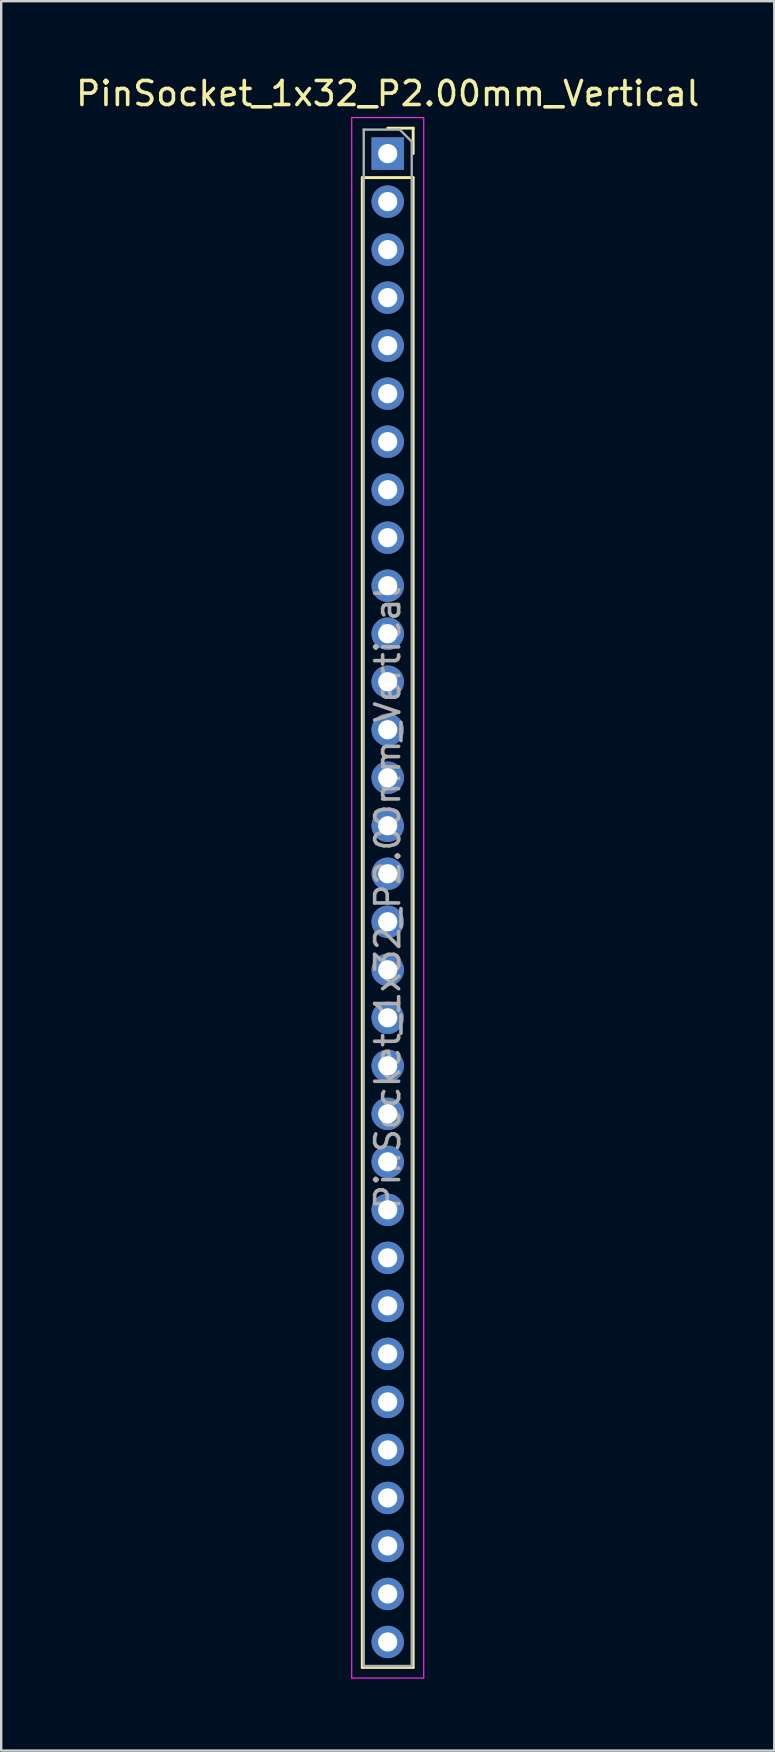
<source format=kicad_pcb>
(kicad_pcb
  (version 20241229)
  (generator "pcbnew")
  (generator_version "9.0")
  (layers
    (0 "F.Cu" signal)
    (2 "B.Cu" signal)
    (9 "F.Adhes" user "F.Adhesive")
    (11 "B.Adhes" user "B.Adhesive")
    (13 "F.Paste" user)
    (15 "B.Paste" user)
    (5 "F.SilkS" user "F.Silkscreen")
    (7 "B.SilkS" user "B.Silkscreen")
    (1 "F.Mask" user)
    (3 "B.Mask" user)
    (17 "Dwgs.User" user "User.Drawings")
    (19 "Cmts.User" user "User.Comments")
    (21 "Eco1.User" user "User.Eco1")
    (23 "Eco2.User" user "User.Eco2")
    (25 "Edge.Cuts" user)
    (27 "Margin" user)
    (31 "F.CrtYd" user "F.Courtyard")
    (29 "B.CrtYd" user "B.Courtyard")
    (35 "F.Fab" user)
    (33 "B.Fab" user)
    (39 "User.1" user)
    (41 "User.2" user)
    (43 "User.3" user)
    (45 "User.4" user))
  (footprint "PinSocket_1x32_P2.00mm_Vertical"
    (layer "F.Cu")
    (at 13.101 3.348)
    (property "Reference" "PinSocket_1x32_P2.00mm_Vertical" (at 0 -2.5 0) (layer "F.SilkS") (effects (font (size 1 1) (thickness 0.15))))
    (attr through_hole)
    (fp_line (start -1.06 1) (end -1.06 63.06) (stroke (width 0.12) (type solid)) (layer "F.SilkS"))
    (fp_line (start -1.06 1) (end 1.06 1) (stroke (width 0.12) (type solid)) (layer "F.SilkS"))
    (fp_line (start -1.06 63.06) (end 1.06 63.06) (stroke (width 0.12) (type solid)) (layer "F.SilkS"))
    (fp_line (start 0 -1.06) (end 1.06 -1.06) (stroke (width 0.12) (type solid)) (layer "F.SilkS"))
    (fp_line (start 1.06 -1.06) (end 1.06 0) (stroke (width 0.12) (type solid)) (layer "F.SilkS"))
    (fp_line (start 1.06 1) (end 1.06 63.06) (stroke (width 0.12) (type solid)) (layer "F.SilkS"))
    (fp_line (start -1.5 -1.5) (end 1.5 -1.5) (stroke (width 0.05) (type solid)) (layer "F.CrtYd"))
    (fp_line (start -1.5 63.5) (end -1.5 -1.5) (stroke (width 0.05) (type solid)) (layer "F.CrtYd"))
    (fp_line (start 1.5 -1.5) (end 1.5 63.5) (stroke (width 0.05) (type solid)) (layer "F.CrtYd"))
    (fp_line (start 1.5 63.5) (end -1.5 63.5) (stroke (width 0.05) (type solid)) (layer "F.CrtYd"))
    (fp_line (start -1 -1) (end 0.5 -1) (stroke (width 0.1) (type solid)) (layer "F.Fab"))
    (fp_line (start -1 63) (end -1 -1) (stroke (width 0.1) (type solid)) (layer "F.Fab"))
    (fp_line (start 0.5 -1) (end 1 -0.5) (stroke (width 0.1) (type solid)) (layer "F.Fab"))
    (fp_line (start 1 -0.5) (end 1 63) (stroke (width 0.1) (type solid)) (layer "F.Fab"))
    (fp_line (start 1 63) (end -1 63) (stroke (width 0.1) (type solid)) (layer "F.Fab"))
    (fp_text user "${REFERENCE}" (at 0 31 90) (layer "F.Fab") (effects (font (size 1 1) (thickness 0.15))))
    (pad "1" thru_hole rect (at 0 0) (size 1.35 1.35) (drill 0.8) (layers "*.Cu" "*.Mask"))
    (pad "2" thru_hole circle (at 0 2) (size 1.35 1.35) (drill 0.8) (layers "*.Cu" "*.Mask"))
    (pad "3" thru_hole circle (at 0 4) (size 1.35 1.35) (drill 0.8) (layers "*.Cu" "*.Mask"))
    (pad "4" thru_hole circle (at 0 6) (size 1.35 1.35) (drill 0.8) (layers "*.Cu" "*.Mask"))
    (pad "5" thru_hole circle (at 0 8) (size 1.35 1.35) (drill 0.8) (layers "*.Cu" "*.Mask"))
    (pad "6" thru_hole circle (at 0 10) (size 1.35 1.35) (drill 0.8) (layers "*.Cu" "*.Mask"))
    (pad "7" thru_hole circle (at 0 12) (size 1.35 1.35) (drill 0.8) (layers "*.Cu" "*.Mask"))
    (pad "8" thru_hole circle (at 0 14) (size 1.35 1.35) (drill 0.8) (layers "*.Cu" "*.Mask"))
    (pad "9" thru_hole circle (at 0 16) (size 1.35 1.35) (drill 0.8) (layers "*.Cu" "*.Mask"))
    (pad "10" thru_hole circle (at 0 18) (size 1.35 1.35) (drill 0.8) (layers "*.Cu" "*.Mask"))
    (pad "11" thru_hole circle (at 0 20) (size 1.35 1.35) (drill 0.8) (layers "*.Cu" "*.Mask"))
    (pad "12" thru_hole circle (at 0 22) (size 1.35 1.35) (drill 0.8) (layers "*.Cu" "*.Mask"))
    (pad "13" thru_hole circle (at 0 24) (size 1.35 1.35) (drill 0.8) (layers "*.Cu" "*.Mask"))
    (pad "14" thru_hole circle (at 0 26) (size 1.35 1.35) (drill 0.8) (layers "*.Cu" "*.Mask"))
    (pad "15" thru_hole circle (at 0 28) (size 1.35 1.35) (drill 0.8) (layers "*.Cu" "*.Mask"))
    (pad "16" thru_hole circle (at 0 30) (size 1.35 1.35) (drill 0.8) (layers "*.Cu" "*.Mask"))
    (pad "17" thru_hole circle (at 0 32) (size 1.35 1.35) (drill 0.8) (layers "*.Cu" "*.Mask"))
    (pad "18" thru_hole circle (at 0 34) (size 1.35 1.35) (drill 0.8) (layers "*.Cu" "*.Mask"))
    (pad "19" thru_hole circle (at 0 36) (size 1.35 1.35) (drill 0.8) (layers "*.Cu" "*.Mask"))
    (pad "20" thru_hole circle (at 0 38) (size 1.35 1.35) (drill 0.8) (layers "*.Cu" "*.Mask"))
    (pad "21" thru_hole circle (at 0 40) (size 1.35 1.35) (drill 0.8) (layers "*.Cu" "*.Mask"))
    (pad "22" thru_hole circle (at 0 42) (size 1.35 1.35) (drill 0.8) (layers "*.Cu" "*.Mask"))
    (pad "23" thru_hole circle (at 0 44) (size 1.35 1.35) (drill 0.8) (layers "*.Cu" "*.Mask"))
    (pad "24" thru_hole circle (at 0 46) (size 1.35 1.35) (drill 0.8) (layers "*.Cu" "*.Mask"))
    (pad "25" thru_hole circle (at 0 48) (size 1.35 1.35) (drill 0.8) (layers "*.Cu" "*.Mask"))
    (pad "26" thru_hole circle (at 0 50) (size 1.35 1.35) (drill 0.8) (layers "*.Cu" "*.Mask"))
    (pad "27" thru_hole circle (at 0 52) (size 1.35 1.35) (drill 0.8) (layers "*.Cu" "*.Mask"))
    (pad "28" thru_hole circle (at 0 54) (size 1.35 1.35) (drill 0.8) (layers "*.Cu" "*.Mask"))
    (pad "29" thru_hole circle (at 0 56) (size 1.35 1.35) (drill 0.8) (layers "*.Cu" "*.Mask"))
    (pad "30" thru_hole circle (at 0 58) (size 1.35 1.35) (drill 0.8) (layers "*.Cu" "*.Mask"))
    (pad "31" thru_hole circle (at 0 60) (size 1.35 1.35) (drill 0.8) (layers "*.Cu" "*.Mask"))
    (pad "32" thru_hole circle (at 0 62) (size 1.35 1.35) (drill 0.8) (layers "*.Cu" "*.Mask")))
  (gr_rect
    (start -3 -3)
    (end 29.202 69.873)
    (stroke (width 0.1) (type default))
    (fill no)
    (layer "Edge.Cuts")))
</source>
